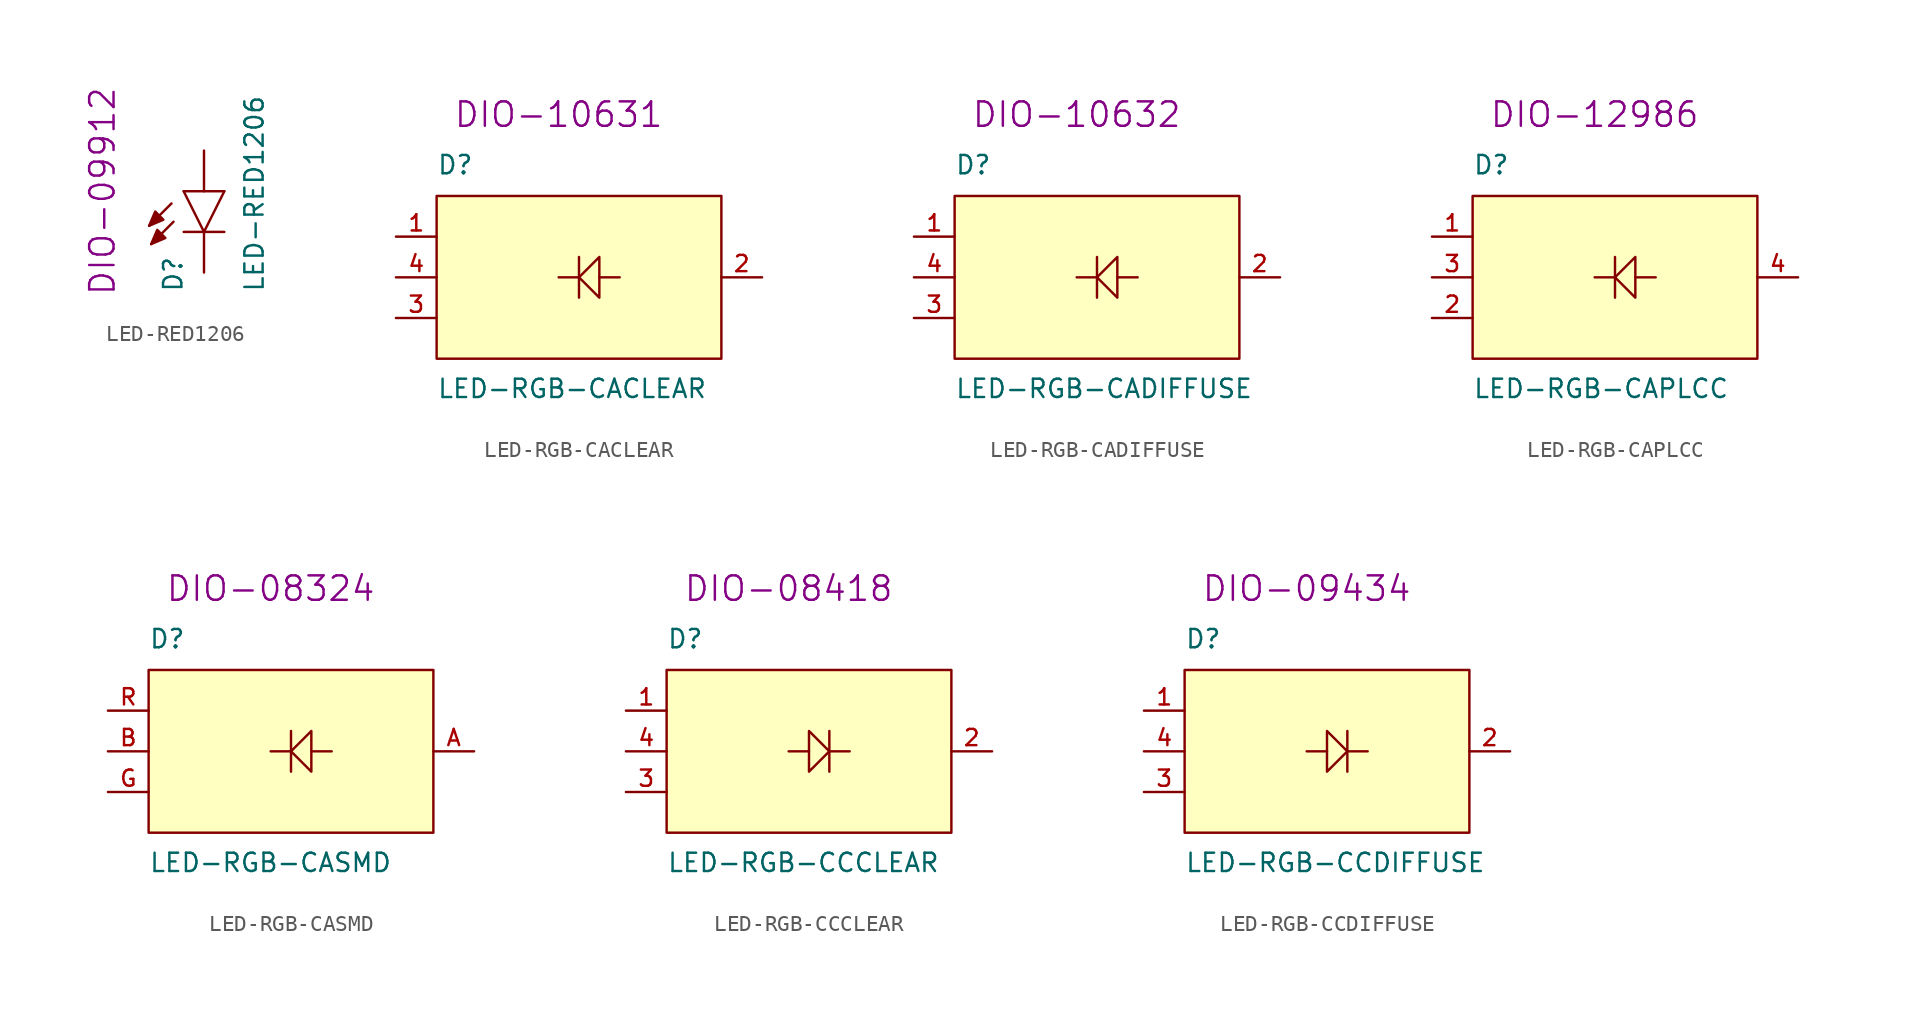
<source format=kicad_sym>
(kicad_symbol_lib
  (version 20220914)
  (generator kicad_symbol_editor)
  (symbol "LED-RED1206"
    (pin_numbers hide)
    (pin_names
      (offset 1.016) hide)
    (property "Reference" "D"
      (at -1.27 -6.35 90)
      (effects (font (size 1.143 1.143)) (justify left bottom)))
    (property "Value" "LED-RED1206"
      (at 3.81 -6.35 90)
      (effects (font (size 1.143 1.143)) (justify left bottom)))
    (property "Field4" "DIO-09912"
      (at -6.35 0 90)
      (effects (font (size 1.524 1.524))))
    (property "ki_locked" ""
      (at 0 0 0)
      (effects (font (size 1.27 1.27))))
    (symbol "LED-RED1206_1_0"
      (polyline (pts (xy -2.032 -0.762) (xy -3.429 -2.159)) (stroke (width 0) (type solid)) (fill (type none)))
      (polyline (pts (xy -1.905 -1.905) (xy -3.302 -3.302)) (stroke (width 0) (type solid)) (fill (type none)))
      (polyline (pts (xy 0 -2.54) (xy -1.27 -2.54)) (stroke (width 0) (type solid)) (fill (type none)))
      (polyline (pts (xy 0 -2.54) (xy -1.27 0)) (stroke (width 0) (type solid)) (fill (type none)))
      (polyline (pts (xy 1.27 -2.54) (xy 0 -2.54)) (stroke (width 0) (type solid)) (fill (type none)))
      (polyline (pts (xy 1.27 0) (xy -1.27 0)) (stroke (width 0) (type solid)) (fill (type none)))
      (polyline (pts (xy 1.27 0) (xy 0 -2.54)) (stroke (width 0) (type solid)) (fill (type none))))
    (symbol "LED-RED1206_1_1"
      (polyline (pts (xy -3.429 -2.159) (xy -3.048 -1.27) (xy -3.048 -1.27) (xy -2.54 -1.778) (xy -2.54 -1.778) (xy -3.429 -2.159)) (stroke (width 0) (type solid)) (fill (type outline)))
      (polyline (pts (xy -3.302 -3.302) (xy -2.921 -2.413) (xy -2.921 -2.413) (xy -2.413 -2.921) (xy -2.413 -2.921) (xy -3.302 -3.302)) (stroke (width 0) (type solid)) (fill (type outline)))
      (pin passive line (at 0 2.54 270) (length 2.54) (name "A" (effects (font (size 1.016 1.016)))) (number "A" (effects (font (size 1.016 1.016)))))
      (pin passive line (at 0 -5.08 90) (length 2.54) (name "C" (effects (font (size 1.016 1.016)))) (number "C" (effects (font (size 1.016 1.016)))))))
  (symbol "LED-RGB-CACLEAR"
    (pin_names
      (offset 1.016) hide)
    (property "Reference" "D"
      (at -7.62 6.35 0)
      (effects (font (size 1.143 1.143)) (justify left bottom)))
    (property "Value" "LED-RGB-CACLEAR"
      (at -7.62 -7.62 0)
      (effects (font (size 1.143 1.143)) (justify left bottom)))
    (property "Field4" "DIO-10631"
      (at 0 10.16 0)
      (effects (font (size 1.524 1.524))))
    (property "ki_locked" ""
      (at 0 0 0)
      (effects (font (size 1.27 1.27))))
    (symbol "LED-RGB-CACLEAR_1_0"
      (polyline (pts (xy 1.27 -1.27) (xy 1.27 0)) (stroke (width 0) (type solid)) (fill (type none)))
      (polyline (pts (xy 1.27 0) (xy 0 0)) (stroke (width 0) (type solid)) (fill (type none)))
      (polyline (pts (xy 1.27 0) (xy 1.27 1.27)) (stroke (width 0) (type solid)) (fill (type none)))
      (polyline (pts (xy 2.54 0) (xy 3.81 0)) (stroke (width 0) (type solid)) (fill (type none))))
    (symbol "LED-RGB-CACLEAR_1_1"
      (polyline (pts (xy 2.54 -1.27) (xy 2.54 0) (xy 2.54 1.27) (xy 1.27 0) (xy 2.54 -1.27)) (stroke (width 0) (type solid)) (fill (type background)))
      (polyline (pts (xy 10.16 5.08) (xy 10.16 -5.08) (xy -7.62 -5.08) (xy -7.62 5.08) (xy 10.16 5.08)) (stroke (width 0) (type solid)) (fill (type background)))
      (pin bidirectional line (at -10.16 2.54 0) (length 2.54) (name "RED" (effects (font (size 1.016 1.016)))) (number "1" (effects (font (size 1.016 1.016)))))
      (pin bidirectional line (at 12.7 0 180) (length 2.54) (name "A" (effects (font (size 1.016 1.016)))) (number "2" (effects (font (size 1.016 1.016)))))
      (pin bidirectional line (at -10.16 -2.54 0) (length 2.54) (name "GRN" (effects (font (size 1.016 1.016)))) (number "3" (effects (font (size 1.016 1.016)))))
      (pin bidirectional line (at -10.16 0 0) (length 2.54) (name "BLU" (effects (font (size 1.016 1.016)))) (number "4" (effects (font (size 1.016 1.016)))))))
  (symbol "LED-RGB-CADIFFUSE"
    (pin_names
      (offset 1.016) hide)
    (property "Reference" "D"
      (at -7.62 6.35 0)
      (effects (font (size 1.143 1.143)) (justify left bottom)))
    (property "Value" "LED-RGB-CADIFFUSE"
      (at -7.62 -7.62 0)
      (effects (font (size 1.143 1.143)) (justify left bottom)))
    (property "Field4" "DIO-10632"
      (at 0 10.16 0)
      (effects (font (size 1.524 1.524))))
    (property "ki_locked" ""
      (at 0 0 0)
      (effects (font (size 1.27 1.27))))
    (symbol "LED-RGB-CADIFFUSE_1_0"
      (polyline (pts (xy 1.27 -1.27) (xy 1.27 0)) (stroke (width 0) (type solid)) (fill (type none)))
      (polyline (pts (xy 1.27 0) (xy 0 0)) (stroke (width 0) (type solid)) (fill (type none)))
      (polyline (pts (xy 1.27 0) (xy 1.27 1.27)) (stroke (width 0) (type solid)) (fill (type none)))
      (polyline (pts (xy 2.54 0) (xy 3.81 0)) (stroke (width 0) (type solid)) (fill (type none))))
    (symbol "LED-RGB-CADIFFUSE_1_1"
      (polyline (pts (xy 2.54 -1.27) (xy 2.54 0) (xy 2.54 1.27) (xy 1.27 0) (xy 2.54 -1.27)) (stroke (width 0) (type solid)) (fill (type background)))
      (polyline (pts (xy 10.16 5.08) (xy 10.16 -5.08) (xy -7.62 -5.08) (xy -7.62 5.08) (xy 10.16 5.08)) (stroke (width 0) (type solid)) (fill (type background)))
      (pin bidirectional line (at -10.16 2.54 0) (length 2.54) (name "RED" (effects (font (size 1.016 1.016)))) (number "1" (effects (font (size 1.016 1.016)))))
      (pin bidirectional line (at 12.7 0 180) (length 2.54) (name "A" (effects (font (size 1.016 1.016)))) (number "2" (effects (font (size 1.016 1.016)))))
      (pin bidirectional line (at -10.16 -2.54 0) (length 2.54) (name "GRN" (effects (font (size 1.016 1.016)))) (number "3" (effects (font (size 1.016 1.016)))))
      (pin bidirectional line (at -10.16 0 0) (length 2.54) (name "BLU" (effects (font (size 1.016 1.016)))) (number "4" (effects (font (size 1.016 1.016)))))))
  (symbol "LED-RGB-CAPLCC"
    (pin_names
      (offset 1.016) hide)
    (property "Reference" "D"
      (at -7.62 6.35 0)
      (effects (font (size 1.143 1.143)) (justify left bottom)))
    (property "Value" "LED-RGB-CAPLCC"
      (at -7.62 -7.62 0)
      (effects (font (size 1.143 1.143)) (justify left bottom)))
    (property "Field4" "DIO-12986"
      (at 0 10.16 0)
      (effects (font (size 1.524 1.524))))
    (property "ki_locked" ""
      (at 0 0 0)
      (effects (font (size 1.27 1.27))))
    (symbol "LED-RGB-CAPLCC_1_0"
      (polyline (pts (xy 1.27 -1.27) (xy 1.27 0)) (stroke (width 0) (type solid)) (fill (type none)))
      (polyline (pts (xy 1.27 0) (xy 0 0)) (stroke (width 0) (type solid)) (fill (type none)))
      (polyline (pts (xy 1.27 0) (xy 1.27 1.27)) (stroke (width 0) (type solid)) (fill (type none)))
      (polyline (pts (xy 2.54 0) (xy 3.81 0)) (stroke (width 0) (type solid)) (fill (type none))))
    (symbol "LED-RGB-CAPLCC_1_1"
      (polyline (pts (xy 2.54 -1.27) (xy 2.54 0) (xy 2.54 1.27) (xy 1.27 0) (xy 2.54 -1.27)) (stroke (width 0) (type solid)) (fill (type background)))
      (polyline (pts (xy 10.16 5.08) (xy 10.16 -5.08) (xy -7.62 -5.08) (xy -7.62 5.08) (xy 10.16 5.08)) (stroke (width 0) (type solid)) (fill (type background)))
      (pin bidirectional line (at -10.16 2.54 0) (length 2.54) (name "RED" (effects (font (size 1.016 1.016)))) (number "1" (effects (font (size 1.016 1.016)))))
      (pin bidirectional line (at -10.16 -2.54 0) (length 2.54) (name "GRN" (effects (font (size 1.016 1.016)))) (number "2" (effects (font (size 1.016 1.016)))))
      (pin bidirectional line (at -10.16 0 0) (length 2.54) (name "BLU" (effects (font (size 1.016 1.016)))) (number "3" (effects (font (size 1.016 1.016)))))
      (pin bidirectional line (at 12.7 0 180) (length 2.54) (name "A" (effects (font (size 1.016 1.016)))) (number "4" (effects (font (size 1.016 1.016)))))))
  (symbol "LED-RGB-CASMD"
    (pin_names
      (offset 1.016) hide)
    (property "Reference" "D"
      (at -7.62 6.35 0)
      (effects (font (size 1.143 1.143)) (justify left bottom)))
    (property "Value" "LED-RGB-CASMD"
      (at -7.62 -7.62 0)
      (effects (font (size 1.143 1.143)) (justify left bottom)))
    (property "Field4" "DIO-08324"
      (at 0 10.16 0)
      (effects (font (size 1.524 1.524))))
    (property "ki_locked" ""
      (at 0 0 0)
      (effects (font (size 1.27 1.27))))
    (symbol "LED-RGB-CASMD_1_0"
      (polyline (pts (xy 1.27 -1.27) (xy 1.27 0)) (stroke (width 0) (type solid)) (fill (type none)))
      (polyline (pts (xy 1.27 0) (xy 0 0)) (stroke (width 0) (type solid)) (fill (type none)))
      (polyline (pts (xy 1.27 0) (xy 1.27 1.27)) (stroke (width 0) (type solid)) (fill (type none)))
      (polyline (pts (xy 2.54 0) (xy 3.81 0)) (stroke (width 0) (type solid)) (fill (type none))))
    (symbol "LED-RGB-CASMD_1_1"
      (polyline (pts (xy 2.54 -1.27) (xy 2.54 0) (xy 2.54 1.27) (xy 1.27 0) (xy 2.54 -1.27)) (stroke (width 0) (type solid)) (fill (type background)))
      (polyline (pts (xy 10.16 5.08) (xy 10.16 -5.08) (xy -7.62 -5.08) (xy -7.62 5.08) (xy 10.16 5.08)) (stroke (width 0) (type solid)) (fill (type background)))
      (pin bidirectional line (at 12.7 0 180) (length 2.54) (name "A" (effects (font (size 1.016 1.016)))) (number "A" (effects (font (size 1.016 1.016)))))
      (pin bidirectional line (at -10.16 0 0) (length 2.54) (name "BLU" (effects (font (size 1.016 1.016)))) (number "B" (effects (font (size 1.016 1.016)))))
      (pin bidirectional line (at -10.16 -2.54 0) (length 2.54) (name "GRN" (effects (font (size 1.016 1.016)))) (number "G" (effects (font (size 1.016 1.016)))))
      (pin bidirectional line (at -10.16 2.54 0) (length 2.54) (name "RED" (effects (font (size 1.016 1.016)))) (number "R" (effects (font (size 1.016 1.016)))))))
  (symbol "LED-RGB-CCCLEAR"
    (pin_names
      (offset 1.016) hide)
    (property "Reference" "D"
      (at -7.62 6.35 0)
      (effects (font (size 1.143 1.143)) (justify left bottom)))
    (property "Value" "LED-RGB-CCCLEAR"
      (at -7.62 -7.62 0)
      (effects (font (size 1.143 1.143)) (justify left bottom)))
    (property "Field4" "DIO-08418"
      (at 0 10.16 0)
      (effects (font (size 1.524 1.524))))
    (property "ki_locked" ""
      (at 0 0 0)
      (effects (font (size 1.27 1.27))))
    (symbol "LED-RGB-CCCLEAR_1_0"
      (polyline (pts (xy 1.27 0) (xy 0 0)) (stroke (width 0) (type solid)) (fill (type none)))
      (polyline (pts (xy 2.54 0) (xy 2.54 -1.27)) (stroke (width 0) (type solid)) (fill (type none)))
      (polyline (pts (xy 2.54 0) (xy 3.81 0)) (stroke (width 0) (type solid)) (fill (type none)))
      (polyline (pts (xy 2.54 1.27) (xy 2.54 0)) (stroke (width 0) (type solid)) (fill (type none))))
    (symbol "LED-RGB-CCCLEAR_1_1"
      (polyline (pts (xy 1.27 1.27) (xy 1.27 0) (xy 1.27 -1.27) (xy 2.54 0) (xy 1.27 1.27)) (stroke (width 0) (type solid)) (fill (type background)))
      (polyline (pts (xy 10.16 5.08) (xy 10.16 -5.08) (xy -7.62 -5.08) (xy -7.62 5.08) (xy 10.16 5.08)) (stroke (width 0) (type solid)) (fill (type background)))
      (pin bidirectional line (at -10.16 2.54 0) (length 2.54) (name "RED" (effects (font (size 1.016 1.016)))) (number "1" (effects (font (size 1.016 1.016)))))
      (pin bidirectional line (at 12.7 0 180) (length 2.54) (name "C" (effects (font (size 1.016 1.016)))) (number "2" (effects (font (size 1.016 1.016)))))
      (pin bidirectional line (at -10.16 -2.54 0) (length 2.54) (name "GRN" (effects (font (size 1.016 1.016)))) (number "3" (effects (font (size 1.016 1.016)))))
      (pin bidirectional line (at -10.16 0 0) (length 2.54) (name "BLU" (effects (font (size 1.016 1.016)))) (number "4" (effects (font (size 1.016 1.016)))))))
  (symbol "LED-RGB-CCDIFFUSE"
    (pin_names
      (offset 1.016) hide)
    (property "Reference" "D"
      (at -7.62 6.35 0)
      (effects (font (size 1.143 1.143)) (justify left bottom)))
    (property "Value" "LED-RGB-CCDIFFUSE"
      (at -7.62 -7.62 0)
      (effects (font (size 1.143 1.143)) (justify left bottom)))
    (property "Field4" "DIO-09434"
      (at 0 10.16 0)
      (effects (font (size 1.524 1.524))))
    (property "ki_locked" ""
      (at 0 0 0)
      (effects (font (size 1.27 1.27))))
    (symbol "LED-RGB-CCDIFFUSE_1_0"
      (polyline (pts (xy 1.27 0) (xy 0 0)) (stroke (width 0) (type solid)) (fill (type none)))
      (polyline (pts (xy 2.54 0) (xy 2.54 -1.27)) (stroke (width 0) (type solid)) (fill (type none)))
      (polyline (pts (xy 2.54 0) (xy 3.81 0)) (stroke (width 0) (type solid)) (fill (type none)))
      (polyline (pts (xy 2.54 1.27) (xy 2.54 0)) (stroke (width 0) (type solid)) (fill (type none))))
    (symbol "LED-RGB-CCDIFFUSE_1_1"
      (polyline (pts (xy 1.27 1.27) (xy 1.27 0) (xy 1.27 -1.27) (xy 2.54 0) (xy 1.27 1.27)) (stroke (width 0) (type solid)) (fill (type background)))
      (polyline (pts (xy 10.16 5.08) (xy 10.16 -5.08) (xy -7.62 -5.08) (xy -7.62 5.08) (xy 10.16 5.08)) (stroke (width 0) (type solid)) (fill (type background)))
      (pin bidirectional line (at -10.16 2.54 0) (length 2.54) (name "RED" (effects (font (size 1.016 1.016)))) (number "1" (effects (font (size 1.016 1.016)))))
      (pin bidirectional line (at 12.7 0 180) (length 2.54) (name "C" (effects (font (size 1.016 1.016)))) (number "2" (effects (font (size 1.016 1.016)))))
      (pin bidirectional line (at -10.16 -2.54 0) (length 2.54) (name "GRN" (effects (font (size 1.016 1.016)))) (number "3" (effects (font (size 1.016 1.016)))))
      (pin bidirectional line (at -10.16 0 0) (length 2.54) (name "BLU" (effects (font (size 1.016 1.016)))) (number "4" (effects (font (size 1.016 1.016))))))))
</source>
